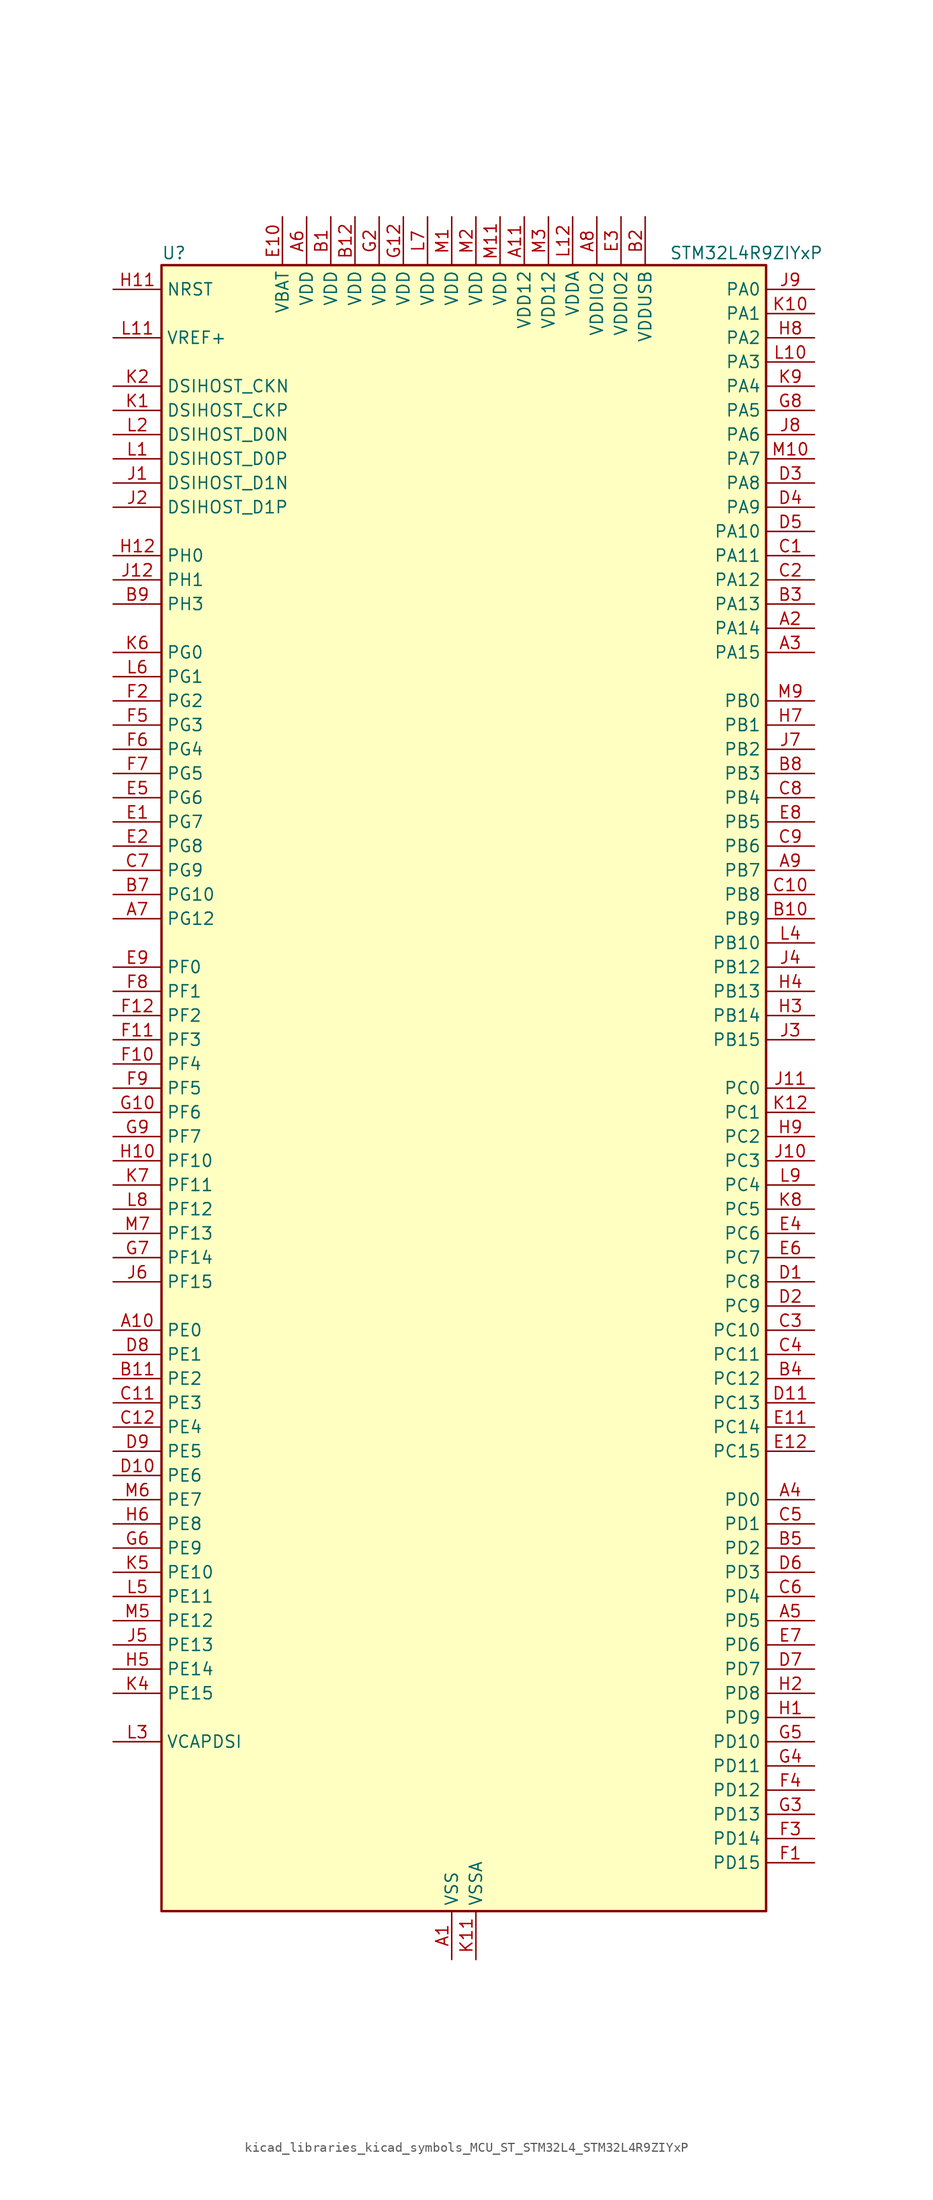
<source format=kicad_sym>
(kicad_symbol_lib
  (version 20220914)
  (generator kicad_symbol_editor)
  (symbol "kicad_libraries_kicad_symbols_MCU_ST_STM32L4_STM32L4R9ZIYxP"
    (property "Reference" "U"
      (at -30.48 87.63 0)
      (effects (font (size 1.27 1.27)) (justify left)))
    (property "Value" "STM32L4R9ZIYxP"
      (at 22.86 87.63 0)
      (effects (font (size 1.27 1.27)) (justify left)))
    (property "ki_locked" ""
      (at 0 0 0)
      (effects (font (size 1.27 1.27))))
    (symbol "kicad_libraries_kicad_symbols_MCU_ST_STM32L4_STM32L4R9ZIYxP_0_1"
      (rectangle (start -30.48 -86.36) (end 33.02 86.36) (stroke (width 0.254) (type default)) (fill (type background))))
    (symbol "kicad_libraries_kicad_symbols_MCU_ST_STM32L4_STM32L4R9ZIYxP_1_1"
      (pin power_in line (at 0 -91.44 90) (length 5.08) (name "VSS" (effects (font (size 1.27 1.27)))) (number "A1" (effects (font (size 1.27 1.27)))))
      (pin bidirectional line (at -35.56 -25.4 0) (length 5.08) (name "PE0" (effects (font (size 1.27 1.27)))) (number "A10" (effects (font (size 1.27 1.27)))) (alternate "DCMI_D2" bidirectional line) (alternate "FMC_NBL0" bidirectional line) (alternate "LTDC_HSYNC" bidirectional line) (alternate "TIM16_CH1" bidirectional line) (alternate "TIM4_ETR" bidirectional line))
      (pin power_in line (at 7.62 91.44 270) (length 5.08) (name "VDD12" (effects (font (size 1.27 1.27)))) (number "A11" (effects (font (size 1.27 1.27)))))
      (pin passive line (at 0 -91.44 90) (length 5.08) hide (name "VSS" (effects (font (size 1.27 1.27)))) (number "A12" (effects (font (size 1.27 1.27)))))
      (pin bidirectional line (at 38.1 48.26 180) (length 5.08) (name "PA14" (effects (font (size 1.27 1.27)))) (number "A2" (effects (font (size 1.27 1.27)))) (alternate "I2C1_SMBA" bidirectional line) (alternate "I2C4_SMBA" bidirectional line) (alternate "LPTIM1_OUT" bidirectional line) (alternate "SAI1_FS_B" bidirectional line) (alternate "SYS_JTCK-SWCLK" bidirectional line) (alternate "USB_OTG_FS_SOF" bidirectional line))
      (pin bidirectional line (at 38.1 45.72 180) (length 5.08) (name "PA15" (effects (font (size 1.27 1.27)))) (number "A3" (effects (font (size 1.27 1.27)))) (alternate "ADC1_EXTI15" bidirectional line) (alternate "SAI2_FS_B" bidirectional line) (alternate "SPI1_NSS" bidirectional line) (alternate "SPI3_NSS" bidirectional line) (alternate "SYS_JTDI" bidirectional line) (alternate "TIM2_CH1" bidirectional line) (alternate "TIM2_ETR" bidirectional line) (alternate "TSC_G3_IO1" bidirectional line) (alternate "UART4_DE" bidirectional line) (alternate "UART4_RTS" bidirectional line) (alternate "USART2_RX" bidirectional line) (alternate "USART3_DE" bidirectional line) (alternate "USART3_RTS" bidirectional line))
      (pin bidirectional line (at 38.1 -43.18 180) (length 5.08) (name "PD0" (effects (font (size 1.27 1.27)))) (number "A4" (effects (font (size 1.27 1.27)))) (alternate "CAN1_RX" bidirectional line) (alternate "DFSDM1_DATIN7" bidirectional line) (alternate "FMC_D2" bidirectional line) (alternate "FMC_DA2" bidirectional line) (alternate "LTDC_B4" bidirectional line) (alternate "SPI2_NSS" bidirectional line))
      (pin bidirectional line (at 38.1 -55.88 180) (length 5.08) (name "PD5" (effects (font (size 1.27 1.27)))) (number "A5" (effects (font (size 1.27 1.27)))) (alternate "FMC_NWE" bidirectional line) (alternate "OCTOSPIM_P1_IO5" bidirectional line) (alternate "USART2_TX" bidirectional line))
      (pin power_in line (at -15.24 91.44 270) (length 5.08) (name "VDD" (effects (font (size 1.27 1.27)))) (number "A6" (effects (font (size 1.27 1.27)))))
      (pin bidirectional line (at -35.56 17.78 0) (length 5.08) (name "PG12" (effects (font (size 1.27 1.27)))) (number "A7" (effects (font (size 1.27 1.27)))) (alternate "FMC_NE4" bidirectional line) (alternate "LPTIM1_ETR" bidirectional line) (alternate "OCTOSPIM_P2_NCS" bidirectional line) (alternate "SAI2_SD_A" bidirectional line) (alternate "SPI3_NSS" bidirectional line) (alternate "USART1_DE" bidirectional line) (alternate "USART1_RTS" bidirectional line))
      (pin power_in line (at 15.24 91.44 270) (length 5.08) (name "VDDIO2" (effects (font (size 1.27 1.27)))) (number "A8" (effects (font (size 1.27 1.27)))))
      (pin bidirectional line (at 38.1 22.86 180) (length 5.08) (name "PB7" (effects (font (size 1.27 1.27)))) (number "A9" (effects (font (size 1.27 1.27)))) (alternate "COMP2_INM" bidirectional line) (alternate "DCMI_VSYNC" bidirectional line) (alternate "DFSDM1_CKIN5" bidirectional line) (alternate "DSIHOST_TE" bidirectional line) (alternate "FMC_NL" bidirectional line) (alternate "I2C1_SDA" bidirectional line) (alternate "I2C4_SDA" bidirectional line) (alternate "LPTIM1_IN2" bidirectional line) (alternate "SYS_PVD_IN" bidirectional line) (alternate "TIM17_CH1N" bidirectional line) (alternate "TIM4_CH2" bidirectional line) (alternate "TIM8_BKIN" bidirectional line) (alternate "TSC_G2_IO4" bidirectional line) (alternate "UART4_CTS" bidirectional line) (alternate "USART1_RX" bidirectional line))
      (pin power_in line (at -12.7 91.44 270) (length 5.08) (name "VDD" (effects (font (size 1.27 1.27)))) (number "B1" (effects (font (size 1.27 1.27)))))
      (pin bidirectional line (at 38.1 17.78 180) (length 5.08) (name "PB9" (effects (font (size 1.27 1.27)))) (number "B10" (effects (font (size 1.27 1.27)))) (alternate "CAN1_TX" bidirectional line) (alternate "DAC1_EXTI9" bidirectional line) (alternate "DCMI_D7" bidirectional line) (alternate "DFSDM1_CKIN6" bidirectional line) (alternate "I2C1_SDA" bidirectional line) (alternate "IR_OUT" bidirectional line) (alternate "SAI1_D2" bidirectional line) (alternate "SAI1_FS_A" bidirectional line) (alternate "SDMMC1_CDIR" bidirectional line) (alternate "SDMMC1_D5" bidirectional line) (alternate "SPI2_NSS" bidirectional line) (alternate "TIM17_CH1" bidirectional line) (alternate "TIM4_CH4" bidirectional line))
      (pin bidirectional line (at -35.56 -30.48 0) (length 5.08) (name "PE2" (effects (font (size 1.27 1.27)))) (number "B11" (effects (font (size 1.27 1.27)))) (alternate "FMC_A23" bidirectional line) (alternate "LTDC_R0" bidirectional line) (alternate "SAI1_CK1" bidirectional line) (alternate "SAI1_MCLK_A" bidirectional line) (alternate "SYS_TRACECLK" bidirectional line) (alternate "TIM3_ETR" bidirectional line) (alternate "TSC_G7_IO1" bidirectional line))
      (pin power_in line (at -10.16 91.44 270) (length 5.08) (name "VDD" (effects (font (size 1.27 1.27)))) (number "B12" (effects (font (size 1.27 1.27)))))
      (pin power_in line (at 20.32 91.44 270) (length 5.08) (name "VDDUSB" (effects (font (size 1.27 1.27)))) (number "B2" (effects (font (size 1.27 1.27)))))
      (pin bidirectional line (at 38.1 50.8 180) (length 5.08) (name "PA13" (effects (font (size 1.27 1.27)))) (number "B3" (effects (font (size 1.27 1.27)))) (alternate "IR_OUT" bidirectional line) (alternate "SAI1_SD_B" bidirectional line) (alternate "SYS_JTMS-SWDIO" bidirectional line) (alternate "USB_OTG_FS_NOE" bidirectional line))
      (pin bidirectional line (at 38.1 -30.48 180) (length 5.08) (name "PC12" (effects (font (size 1.27 1.27)))) (number "B4" (effects (font (size 1.27 1.27)))) (alternate "DCMI_D9" bidirectional line) (alternate "SAI2_SD_B" bidirectional line) (alternate "SDMMC1_CK" bidirectional line) (alternate "SPI3_MOSI" bidirectional line) (alternate "SYS_TRACED3" bidirectional line) (alternate "TSC_G3_IO4" bidirectional line) (alternate "UART5_TX" bidirectional line) (alternate "USART3_CK" bidirectional line))
      (pin bidirectional line (at 38.1 -48.26 180) (length 5.08) (name "PD2" (effects (font (size 1.27 1.27)))) (number "B5" (effects (font (size 1.27 1.27)))) (alternate "DCMI_D11" bidirectional line) (alternate "SDMMC1_CMD" bidirectional line) (alternate "SYS_TRACED2" bidirectional line) (alternate "TIM3_ETR" bidirectional line) (alternate "TSC_SYNC" bidirectional line) (alternate "UART5_RX" bidirectional line) (alternate "USART3_DE" bidirectional line) (alternate "USART3_RTS" bidirectional line))
      (pin passive line (at 0 -91.44 90) (length 5.08) hide (name "VSS" (effects (font (size 1.27 1.27)))) (number "B6" (effects (font (size 1.27 1.27)))))
      (pin bidirectional line (at -35.56 20.32 0) (length 5.08) (name "PG10" (effects (font (size 1.27 1.27)))) (number "B7" (effects (font (size 1.27 1.27)))) (alternate "FMC_NE3" bidirectional line) (alternate "LPTIM1_IN1" bidirectional line) (alternate "OCTOSPIM_P2_IO7" bidirectional line) (alternate "SAI2_FS_A" bidirectional line) (alternate "SPI3_MISO" bidirectional line) (alternate "TIM15_CH1" bidirectional line) (alternate "USART1_RX" bidirectional line))
      (pin bidirectional line (at 38.1 33.02 180) (length 5.08) (name "PB3" (effects (font (size 1.27 1.27)))) (number "B8" (effects (font (size 1.27 1.27)))) (alternate "COMP2_INM" bidirectional line) (alternate "CRS_SYNC" bidirectional line) (alternate "SAI1_SCK_B" bidirectional line) (alternate "SPI1_SCK" bidirectional line) (alternate "SPI3_SCK" bidirectional line) (alternate "SYS_JTDO-SWO" bidirectional line) (alternate "TIM2_CH2" bidirectional line) (alternate "USART1_DE" bidirectional line) (alternate "USART1_RTS" bidirectional line))
      (pin bidirectional line (at -35.56 50.8 0) (length 5.08) (name "PH3" (effects (font (size 1.27 1.27)))) (number "B9" (effects (font (size 1.27 1.27)))))
      (pin bidirectional line (at 38.1 55.88 180) (length 5.08) (name "PA11" (effects (font (size 1.27 1.27)))) (number "C1" (effects (font (size 1.27 1.27)))) (alternate "ADC1_EXTI11" bidirectional line) (alternate "CAN1_RX" bidirectional line) (alternate "SPI1_MISO" bidirectional line) (alternate "TIM1_BKIN2" bidirectional line) (alternate "TIM1_CH4" bidirectional line) (alternate "USART1_CTS" bidirectional line) (alternate "USART1_NSS" bidirectional line) (alternate "USB_OTG_FS_DM" bidirectional line))
      (pin bidirectional line (at 38.1 20.32 180) (length 5.08) (name "PB8" (effects (font (size 1.27 1.27)))) (number "C10" (effects (font (size 1.27 1.27)))) (alternate "CAN1_RX" bidirectional line) (alternate "DCMI_D6" bidirectional line) (alternate "DFSDM1_CKOUT" bidirectional line) (alternate "DFSDM1_DATIN6" bidirectional line) (alternate "I2C1_SCL" bidirectional line) (alternate "LTDC_B1" bidirectional line) (alternate "SAI1_CK1" bidirectional line) (alternate "SAI1_MCLK_A" bidirectional line) (alternate "SDMMC1_CKIN" bidirectional line) (alternate "SDMMC1_D4" bidirectional line) (alternate "TIM16_CH1" bidirectional line) (alternate "TIM4_CH3" bidirectional line))
      (pin bidirectional line (at -35.56 -33.02 0) (length 5.08) (name "PE3" (effects (font (size 1.27 1.27)))) (number "C11" (effects (font (size 1.27 1.27)))) (alternate "FMC_A19" bidirectional line) (alternate "LTDC_R1" bidirectional line) (alternate "OCTOSPIM_P1_DQS" bidirectional line) (alternate "SAI1_SD_B" bidirectional line) (alternate "SYS_TRACED0" bidirectional line) (alternate "TIM3_CH1" bidirectional line) (alternate "TSC_G7_IO2" bidirectional line))
      (pin bidirectional line (at -35.56 -35.56 0) (length 5.08) (name "PE4" (effects (font (size 1.27 1.27)))) (number "C12" (effects (font (size 1.27 1.27)))) (alternate "DCMI_D4" bidirectional line) (alternate "DFSDM1_DATIN3" bidirectional line) (alternate "FMC_A20" bidirectional line) (alternate "LTDC_B0" bidirectional line) (alternate "SAI1_D2" bidirectional line) (alternate "SAI1_FS_A" bidirectional line) (alternate "SYS_TRACED1" bidirectional line) (alternate "TIM3_CH2" bidirectional line) (alternate "TSC_G7_IO3" bidirectional line))
      (pin bidirectional line (at 38.1 53.34 180) (length 5.08) (name "PA12" (effects (font (size 1.27 1.27)))) (number "C2" (effects (font (size 1.27 1.27)))) (alternate "CAN1_TX" bidirectional line) (alternate "SPI1_MOSI" bidirectional line) (alternate "TIM1_ETR" bidirectional line) (alternate "USART1_DE" bidirectional line) (alternate "USART1_RTS" bidirectional line) (alternate "USB_OTG_FS_DP" bidirectional line))
      (pin bidirectional line (at 38.1 -25.4 180) (length 5.08) (name "PC10" (effects (font (size 1.27 1.27)))) (number "C3" (effects (font (size 1.27 1.27)))) (alternate "DCMI_D8" bidirectional line) (alternate "SAI2_SCK_B" bidirectional line) (alternate "SDMMC1_D2" bidirectional line) (alternate "SPI3_SCK" bidirectional line) (alternate "SYS_TRACED1" bidirectional line) (alternate "TSC_G3_IO2" bidirectional line) (alternate "UART4_TX" bidirectional line) (alternate "USART3_TX" bidirectional line))
      (pin bidirectional line (at 38.1 -27.94 180) (length 5.08) (name "PC11" (effects (font (size 1.27 1.27)))) (number "C4" (effects (font (size 1.27 1.27)))) (alternate "ADC1_EXTI11" bidirectional line) (alternate "DCMI_D2" bidirectional line) (alternate "DCMI_D4" bidirectional line) (alternate "OCTOSPIM_P1_NCS" bidirectional line) (alternate "SAI2_MCLK_B" bidirectional line) (alternate "SDMMC1_D3" bidirectional line) (alternate "SPI3_MISO" bidirectional line) (alternate "TSC_G3_IO3" bidirectional line) (alternate "UART4_RX" bidirectional line) (alternate "USART3_RX" bidirectional line))
      (pin bidirectional line (at 38.1 -45.72 180) (length 5.08) (name "PD1" (effects (font (size 1.27 1.27)))) (number "C5" (effects (font (size 1.27 1.27)))) (alternate "CAN1_TX" bidirectional line) (alternate "DFSDM1_CKIN7" bidirectional line) (alternate "FMC_D3" bidirectional line) (alternate "FMC_DA3" bidirectional line) (alternate "LTDC_B5" bidirectional line) (alternate "SPI2_SCK" bidirectional line))
      (pin bidirectional line (at 38.1 -53.34 180) (length 5.08) (name "PD4" (effects (font (size 1.27 1.27)))) (number "C6" (effects (font (size 1.27 1.27)))) (alternate "DFSDM1_CKIN0" bidirectional line) (alternate "FMC_NOE" bidirectional line) (alternate "OCTOSPIM_P1_IO4" bidirectional line) (alternate "SPI2_MOSI" bidirectional line) (alternate "USART2_DE" bidirectional line) (alternate "USART2_RTS" bidirectional line))
      (pin bidirectional line (at -35.56 22.86 0) (length 5.08) (name "PG9" (effects (font (size 1.27 1.27)))) (number "C7" (effects (font (size 1.27 1.27)))) (alternate "DAC1_EXTI9" bidirectional line) (alternate "FMC_NCE" bidirectional line) (alternate "FMC_NE2" bidirectional line) (alternate "OCTOSPIM_P2_IO6" bidirectional line) (alternate "SAI2_SCK_A" bidirectional line) (alternate "SPI3_SCK" bidirectional line) (alternate "TIM15_CH1N" bidirectional line) (alternate "USART1_TX" bidirectional line))
      (pin bidirectional line (at 38.1 30.48 180) (length 5.08) (name "PB4" (effects (font (size 1.27 1.27)))) (number "C8" (effects (font (size 1.27 1.27)))) (alternate "COMP2_INP" bidirectional line) (alternate "DCMI_D12" bidirectional line) (alternate "I2C3_SDA" bidirectional line) (alternate "SAI1_MCLK_B" bidirectional line) (alternate "SPI1_MISO" bidirectional line) (alternate "SPI3_MISO" bidirectional line) (alternate "SYS_JTRST" bidirectional line) (alternate "TIM17_BKIN" bidirectional line) (alternate "TIM3_CH1" bidirectional line) (alternate "TSC_G2_IO1" bidirectional line) (alternate "UART5_DE" bidirectional line) (alternate "UART5_RTS" bidirectional line) (alternate "USART1_CTS" bidirectional line) (alternate "USART1_NSS" bidirectional line))
      (pin bidirectional line (at 38.1 25.4 180) (length 5.08) (name "PB6" (effects (font (size 1.27 1.27)))) (number "C9" (effects (font (size 1.27 1.27)))) (alternate "COMP2_INP" bidirectional line) (alternate "DCMI_D5" bidirectional line) (alternate "DFSDM1_DATIN5" bidirectional line) (alternate "I2C1_SCL" bidirectional line) (alternate "I2C4_SCL" bidirectional line) (alternate "LPTIM1_ETR" bidirectional line) (alternate "SAI1_FS_B" bidirectional line) (alternate "TIM16_CH1N" bidirectional line) (alternate "TIM4_CH1" bidirectional line) (alternate "TIM8_BKIN2" bidirectional line) (alternate "TSC_G2_IO3" bidirectional line) (alternate "USART1_TX" bidirectional line))
      (pin bidirectional line (at 38.1 -20.32 180) (length 5.08) (name "PC8" (effects (font (size 1.27 1.27)))) (number "D1" (effects (font (size 1.27 1.27)))) (alternate "DCMI_D2" bidirectional line) (alternate "SDMMC1_D0" bidirectional line) (alternate "TIM3_CH3" bidirectional line) (alternate "TIM8_CH3" bidirectional line) (alternate "TSC_G4_IO3" bidirectional line))
      (pin bidirectional line (at -35.56 -40.64 0) (length 5.08) (name "PE6" (effects (font (size 1.27 1.27)))) (number "D10" (effects (font (size 1.27 1.27)))) (alternate "DCMI_D7" bidirectional line) (alternate "FMC_A22" bidirectional line) (alternate "LTDC_G1" bidirectional line) (alternate "RTC_TAMP3" bidirectional line) (alternate "SAI1_D1" bidirectional line) (alternate "SAI1_SD_A" bidirectional line) (alternate "SYS_TRACED3" bidirectional line) (alternate "SYS_WKUP3" bidirectional line) (alternate "TIM3_CH4" bidirectional line))
      (pin bidirectional line (at 38.1 -33.02 180) (length 5.08) (name "PC13" (effects (font (size 1.27 1.27)))) (number "D11" (effects (font (size 1.27 1.27)))) (alternate "RTC_OUT_ALARM" bidirectional line) (alternate "RTC_OUT_CALIB" bidirectional line) (alternate "RTC_TAMP1" bidirectional line) (alternate "RTC_TS" bidirectional line) (alternate "SYS_WKUP2" bidirectional line))
      (pin passive line (at 0 -91.44 90) (length 5.08) hide (name "VSS" (effects (font (size 1.27 1.27)))) (number "D12" (effects (font (size 1.27 1.27)))))
      (pin bidirectional line (at 38.1 -22.86 180) (length 5.08) (name "PC9" (effects (font (size 1.27 1.27)))) (number "D2" (effects (font (size 1.27 1.27)))) (alternate "DAC1_EXTI9" bidirectional line) (alternate "DCMI_D3" bidirectional line) (alternate "I2C3_SDA" bidirectional line) (alternate "SAI2_EXTCLK" bidirectional line) (alternate "SDMMC1_D1" bidirectional line) (alternate "SYS_TRACED0" bidirectional line) (alternate "TIM3_CH4" bidirectional line) (alternate "TIM8_BKIN2" bidirectional line) (alternate "TIM8_CH4" bidirectional line) (alternate "TSC_G4_IO4" bidirectional line) (alternate "USB_OTG_FS_NOE" bidirectional line))
      (pin bidirectional line (at 38.1 63.5 180) (length 5.08) (name "PA8" (effects (font (size 1.27 1.27)))) (number "D3" (effects (font (size 1.27 1.27)))) (alternate "LPTIM2_OUT" bidirectional line) (alternate "RCC_MCO" bidirectional line) (alternate "SAI1_CK2" bidirectional line) (alternate "SAI1_SCK_A" bidirectional line) (alternate "TIM1_CH1" bidirectional line) (alternate "USART1_CK" bidirectional line) (alternate "USB_OTG_FS_SOF" bidirectional line))
      (pin bidirectional line (at 38.1 60.96 180) (length 5.08) (name "PA9" (effects (font (size 1.27 1.27)))) (number "D4" (effects (font (size 1.27 1.27)))) (alternate "DAC1_EXTI9" bidirectional line) (alternate "DCMI_D0" bidirectional line) (alternate "SAI1_FS_A" bidirectional line) (alternate "SPI2_SCK" bidirectional line) (alternate "TIM15_BKIN" bidirectional line) (alternate "TIM1_CH2" bidirectional line) (alternate "USART1_TX" bidirectional line) (alternate "USB_OTG_FS_VBUS" bidirectional line))
      (pin bidirectional line (at 38.1 58.42 180) (length 5.08) (name "PA10" (effects (font (size 1.27 1.27)))) (number "D5" (effects (font (size 1.27 1.27)))) (alternate "DCMI_D1" bidirectional line) (alternate "SAI1_D1" bidirectional line) (alternate "SAI1_SD_A" bidirectional line) (alternate "TIM17_BKIN" bidirectional line) (alternate "TIM1_CH3" bidirectional line) (alternate "USART1_RX" bidirectional line) (alternate "USB_OTG_FS_ID" bidirectional line))
      (pin bidirectional line (at 38.1 -50.8 180) (length 5.08) (name "PD3" (effects (font (size 1.27 1.27)))) (number "D6" (effects (font (size 1.27 1.27)))) (alternate "DCMI_D5" bidirectional line) (alternate "DFSDM1_DATIN0" bidirectional line) (alternate "FMC_CLK" bidirectional line) (alternate "LTDC_CLK" bidirectional line) (alternate "OCTOSPIM_P2_NCS" bidirectional line) (alternate "SPI2_MISO" bidirectional line) (alternate "SPI2_SCK" bidirectional line) (alternate "USART2_CTS" bidirectional line) (alternate "USART2_NSS" bidirectional line))
      (pin bidirectional line (at 38.1 -60.96 180) (length 5.08) (name "PD7" (effects (font (size 1.27 1.27)))) (number "D7" (effects (font (size 1.27 1.27)))) (alternate "DFSDM1_CKIN1" bidirectional line) (alternate "FMC_NCE" bidirectional line) (alternate "FMC_NE1" bidirectional line) (alternate "OCTOSPIM_P1_IO7" bidirectional line) (alternate "USART2_CK" bidirectional line))
      (pin bidirectional line (at -35.56 -27.94 0) (length 5.08) (name "PE1" (effects (font (size 1.27 1.27)))) (number "D8" (effects (font (size 1.27 1.27)))) (alternate "DCMI_D3" bidirectional line) (alternate "FMC_NBL1" bidirectional line) (alternate "LTDC_VSYNC" bidirectional line) (alternate "TIM17_CH1" bidirectional line))
      (pin bidirectional line (at -35.56 -38.1 0) (length 5.08) (name "PE5" (effects (font (size 1.27 1.27)))) (number "D9" (effects (font (size 1.27 1.27)))) (alternate "DCMI_D6" bidirectional line) (alternate "DFSDM1_CKIN3" bidirectional line) (alternate "FMC_A21" bidirectional line) (alternate "LTDC_G0" bidirectional line) (alternate "SAI1_CK2" bidirectional line) (alternate "SAI1_SCK_A" bidirectional line) (alternate "SYS_TRACED2" bidirectional line) (alternate "TIM3_CH3" bidirectional line) (alternate "TSC_G7_IO4" bidirectional line))
      (pin bidirectional line (at -35.56 27.94 0) (length 5.08) (name "PG7" (effects (font (size 1.27 1.27)))) (number "E1" (effects (font (size 1.27 1.27)))) (alternate "DFSDM1_CKOUT" bidirectional line) (alternate "FMC_INT" bidirectional line) (alternate "I2C3_SCL" bidirectional line) (alternate "LPUART1_TX" bidirectional line) (alternate "OCTOSPIM_P2_DQS" bidirectional line) (alternate "SAI1_CK1" bidirectional line) (alternate "SAI1_MCLK_A" bidirectional line))
      (pin power_in line (at -17.78 91.44 270) (length 5.08) (name "VBAT" (effects (font (size 1.27 1.27)))) (number "E10" (effects (font (size 1.27 1.27)))))
      (pin bidirectional line (at 38.1 -35.56 180) (length 5.08) (name "PC14" (effects (font (size 1.27 1.27)))) (number "E11" (effects (font (size 1.27 1.27)))) (alternate "RCC_OSC32_IN" bidirectional line))
      (pin bidirectional line (at 38.1 -38.1 180) (length 5.08) (name "PC15" (effects (font (size 1.27 1.27)))) (number "E12" (effects (font (size 1.27 1.27)))) (alternate "ADC1_EXTI15" bidirectional line) (alternate "RCC_OSC32_OUT" bidirectional line))
      (pin bidirectional line (at -35.56 25.4 0) (length 5.08) (name "PG8" (effects (font (size 1.27 1.27)))) (number "E2" (effects (font (size 1.27 1.27)))) (alternate "I2C3_SDA" bidirectional line) (alternate "LPUART1_RX" bidirectional line))
      (pin power_in line (at 17.78 91.44 270) (length 5.08) (name "VDDIO2" (effects (font (size 1.27 1.27)))) (number "E3" (effects (font (size 1.27 1.27)))))
      (pin bidirectional line (at 38.1 -15.24 180) (length 5.08) (name "PC6" (effects (font (size 1.27 1.27)))) (number "E4" (effects (font (size 1.27 1.27)))) (alternate "DCMI_D0" bidirectional line) (alternate "DFSDM1_CKIN3" bidirectional line) (alternate "LTDC_R0" bidirectional line) (alternate "SAI2_MCLK_A" bidirectional line) (alternate "SDMMC1_D0DIR" bidirectional line) (alternate "SDMMC1_D6" bidirectional line) (alternate "TIM3_CH1" bidirectional line) (alternate "TIM8_CH1" bidirectional line) (alternate "TSC_G4_IO1" bidirectional line))
      (pin bidirectional line (at -35.56 30.48 0) (length 5.08) (name "PG6" (effects (font (size 1.27 1.27)))) (number "E5" (effects (font (size 1.27 1.27)))) (alternate "DSIHOST_TE" bidirectional line) (alternate "I2C3_SMBA" bidirectional line) (alternate "LPUART1_DE" bidirectional line) (alternate "LPUART1_RTS" bidirectional line) (alternate "LTDC_R1" bidirectional line) (alternate "OCTOSPIM_P1_DQS" bidirectional line))
      (pin bidirectional line (at 38.1 -17.78 180) (length 5.08) (name "PC7" (effects (font (size 1.27 1.27)))) (number "E6" (effects (font (size 1.27 1.27)))) (alternate "DCMI_D1" bidirectional line) (alternate "DFSDM1_DATIN3" bidirectional line) (alternate "LTDC_R1" bidirectional line) (alternate "SAI2_MCLK_B" bidirectional line) (alternate "SDMMC1_D123DIR" bidirectional line) (alternate "SDMMC1_D7" bidirectional line) (alternate "TIM3_CH2" bidirectional line) (alternate "TIM8_CH2" bidirectional line) (alternate "TSC_G4_IO2" bidirectional line))
      (pin bidirectional line (at 38.1 -58.42 180) (length 5.08) (name "PD6" (effects (font (size 1.27 1.27)))) (number "E7" (effects (font (size 1.27 1.27)))) (alternate "DCMI_D10" bidirectional line) (alternate "DFSDM1_DATIN1" bidirectional line) (alternate "FMC_NWAIT" bidirectional line) (alternate "LTDC_DE" bidirectional line) (alternate "OCTOSPIM_P1_IO6" bidirectional line) (alternate "SAI1_D1" bidirectional line) (alternate "SAI1_SD_A" bidirectional line) (alternate "SPI3_MOSI" bidirectional line) (alternate "USART2_RX" bidirectional line))
      (pin bidirectional line (at 38.1 27.94 180) (length 5.08) (name "PB5" (effects (font (size 1.27 1.27)))) (number "E8" (effects (font (size 1.27 1.27)))) (alternate "COMP2_OUT" bidirectional line) (alternate "DCMI_D10" bidirectional line) (alternate "I2C1_SMBA" bidirectional line) (alternate "LPTIM1_IN1" bidirectional line) (alternate "SAI1_SD_B" bidirectional line) (alternate "SPI1_MOSI" bidirectional line) (alternate "SPI3_MOSI" bidirectional line) (alternate "TIM16_BKIN" bidirectional line) (alternate "TIM3_CH2" bidirectional line) (alternate "TSC_G2_IO2" bidirectional line) (alternate "UART5_CTS" bidirectional line) (alternate "USART1_CK" bidirectional line))
      (pin bidirectional line (at -35.56 12.7 0) (length 5.08) (name "PF0" (effects (font (size 1.27 1.27)))) (number "E9" (effects (font (size 1.27 1.27)))) (alternate "FMC_A0" bidirectional line) (alternate "I2C2_SDA" bidirectional line) (alternate "OCTOSPIM_P2_IO0" bidirectional line))
      (pin bidirectional line (at 38.1 -81.28 180) (length 5.08) (name "PD15" (effects (font (size 1.27 1.27)))) (number "F1" (effects (font (size 1.27 1.27)))) (alternate "ADC1_EXTI15" bidirectional line) (alternate "FMC_D1" bidirectional line) (alternate "FMC_DA1" bidirectional line) (alternate "LTDC_B3" bidirectional line) (alternate "TIM4_CH4" bidirectional line))
      (pin bidirectional line (at -35.56 2.54 0) (length 5.08) (name "PF4" (effects (font (size 1.27 1.27)))) (number "F10" (effects (font (size 1.27 1.27)))) (alternate "FMC_A4" bidirectional line) (alternate "OCTOSPIM_P2_CLK" bidirectional line))
      (pin bidirectional line (at -35.56 5.08 0) (length 5.08) (name "PF3" (effects (font (size 1.27 1.27)))) (number "F11" (effects (font (size 1.27 1.27)))) (alternate "FMC_A3" bidirectional line) (alternate "OCTOSPIM_P2_IO3" bidirectional line))
      (pin bidirectional line (at -35.56 7.62 0) (length 5.08) (name "PF2" (effects (font (size 1.27 1.27)))) (number "F12" (effects (font (size 1.27 1.27)))) (alternate "FMC_A2" bidirectional line) (alternate "I2C2_SMBA" bidirectional line) (alternate "OCTOSPIM_P2_IO2" bidirectional line))
      (pin bidirectional line (at -35.56 40.64 0) (length 5.08) (name "PG2" (effects (font (size 1.27 1.27)))) (number "F2" (effects (font (size 1.27 1.27)))) (alternate "FMC_A12" bidirectional line) (alternate "SAI2_SCK_B" bidirectional line) (alternate "SPI1_SCK" bidirectional line))
      (pin bidirectional line (at 38.1 -78.74 180) (length 5.08) (name "PD14" (effects (font (size 1.27 1.27)))) (number "F3" (effects (font (size 1.27 1.27)))) (alternate "FMC_D0" bidirectional line) (alternate "FMC_DA0" bidirectional line) (alternate "LTDC_B2" bidirectional line) (alternate "TIM4_CH3" bidirectional line))
      (pin bidirectional line (at 38.1 -73.66 180) (length 5.08) (name "PD12" (effects (font (size 1.27 1.27)))) (number "F4" (effects (font (size 1.27 1.27)))) (alternate "FMC_A17" bidirectional line) (alternate "FMC_ALE" bidirectional line) (alternate "I2C4_SCL" bidirectional line) (alternate "LPTIM2_IN1" bidirectional line) (alternate "LTDC_R7" bidirectional line) (alternate "SAI2_FS_A" bidirectional line) (alternate "TIM4_CH1" bidirectional line) (alternate "TSC_G6_IO3" bidirectional line) (alternate "USART3_DE" bidirectional line) (alternate "USART3_RTS" bidirectional line))
      (pin bidirectional line (at -35.56 38.1 0) (length 5.08) (name "PG3" (effects (font (size 1.27 1.27)))) (number "F5" (effects (font (size 1.27 1.27)))) (alternate "FMC_A13" bidirectional line) (alternate "SAI2_FS_B" bidirectional line) (alternate "SPI1_MISO" bidirectional line))
      (pin bidirectional line (at -35.56 35.56 0) (length 5.08) (name "PG4" (effects (font (size 1.27 1.27)))) (number "F6" (effects (font (size 1.27 1.27)))) (alternate "FMC_A14" bidirectional line) (alternate "SAI2_MCLK_B" bidirectional line) (alternate "SPI1_MOSI" bidirectional line))
      (pin bidirectional line (at -35.56 33.02 0) (length 5.08) (name "PG5" (effects (font (size 1.27 1.27)))) (number "F7" (effects (font (size 1.27 1.27)))) (alternate "FMC_A15" bidirectional line) (alternate "LPUART1_CTS" bidirectional line) (alternate "SAI2_SD_B" bidirectional line) (alternate "SPI1_NSS" bidirectional line))
      (pin bidirectional line (at -35.56 10.16 0) (length 5.08) (name "PF1" (effects (font (size 1.27 1.27)))) (number "F8" (effects (font (size 1.27 1.27)))) (alternate "FMC_A1" bidirectional line) (alternate "I2C2_SCL" bidirectional line) (alternate "OCTOSPIM_P2_IO1" bidirectional line))
      (pin bidirectional line (at -35.56 0 0) (length 5.08) (name "PF5" (effects (font (size 1.27 1.27)))) (number "F9" (effects (font (size 1.27 1.27)))) (alternate "FMC_A5" bidirectional line))
      (pin passive line (at 0 -91.44 90) (length 5.08) hide (name "VSS" (effects (font (size 1.27 1.27)))) (number "G1" (effects (font (size 1.27 1.27)))))
      (pin bidirectional line (at -35.56 -2.54 0) (length 5.08) (name "PF6" (effects (font (size 1.27 1.27)))) (number "G10" (effects (font (size 1.27 1.27)))) (alternate "OCTOSPIM_P1_IO3" bidirectional line) (alternate "SAI1_SD_B" bidirectional line) (alternate "TIM5_CH1" bidirectional line) (alternate "TIM5_ETR" bidirectional line))
      (pin passive line (at 0 -91.44 90) (length 5.08) hide (name "VSS" (effects (font (size 1.27 1.27)))) (number "G11" (effects (font (size 1.27 1.27)))))
      (pin power_in line (at -5.08 91.44 270) (length 5.08) (name "VDD" (effects (font (size 1.27 1.27)))) (number "G12" (effects (font (size 1.27 1.27)))))
      (pin power_in line (at -7.62 91.44 270) (length 5.08) (name "VDD" (effects (font (size 1.27 1.27)))) (number "G2" (effects (font (size 1.27 1.27)))))
      (pin bidirectional line (at 38.1 -76.2 180) (length 5.08) (name "PD13" (effects (font (size 1.27 1.27)))) (number "G3" (effects (font (size 1.27 1.27)))) (alternate "FMC_A18" bidirectional line) (alternate "I2C4_SDA" bidirectional line) (alternate "LPTIM2_OUT" bidirectional line) (alternate "TIM4_CH2" bidirectional line) (alternate "TSC_G6_IO4" bidirectional line))
      (pin bidirectional line (at 38.1 -71.12 180) (length 5.08) (name "PD11" (effects (font (size 1.27 1.27)))) (number "G4" (effects (font (size 1.27 1.27)))) (alternate "ADC1_EXTI11" bidirectional line) (alternate "FMC_A16" bidirectional line) (alternate "FMC_CLE" bidirectional line) (alternate "I2C4_SMBA" bidirectional line) (alternate "LPTIM2_ETR" bidirectional line) (alternate "LTDC_R6" bidirectional line) (alternate "SAI2_SD_A" bidirectional line) (alternate "TSC_G6_IO2" bidirectional line) (alternate "USART3_CTS" bidirectional line) (alternate "USART3_NSS" bidirectional line))
      (pin bidirectional line (at 38.1 -68.58 180) (length 5.08) (name "PD10" (effects (font (size 1.27 1.27)))) (number "G5" (effects (font (size 1.27 1.27)))) (alternate "FMC_D15" bidirectional line) (alternate "FMC_DA15" bidirectional line) (alternate "LTDC_R5" bidirectional line) (alternate "SAI2_SCK_A" bidirectional line) (alternate "TSC_G6_IO1" bidirectional line) (alternate "USART3_CK" bidirectional line))
      (pin bidirectional line (at -35.56 -48.26 0) (length 5.08) (name "PE9" (effects (font (size 1.27 1.27)))) (number "G6" (effects (font (size 1.27 1.27)))) (alternate "DAC1_EXTI9" bidirectional line) (alternate "DFSDM1_CKOUT" bidirectional line) (alternate "FMC_D6" bidirectional line) (alternate "FMC_DA6" bidirectional line) (alternate "LTDC_G2" bidirectional line) (alternate "SAI1_FS_B" bidirectional line) (alternate "TIM1_CH1" bidirectional line))
      (pin bidirectional line (at -35.56 -17.78 0) (length 5.08) (name "PF14" (effects (font (size 1.27 1.27)))) (number "G7" (effects (font (size 1.27 1.27)))) (alternate "DFSDM1_CKIN6" bidirectional line) (alternate "FMC_A8" bidirectional line) (alternate "I2C4_SCL" bidirectional line) (alternate "LTDC_G0" bidirectional line) (alternate "TSC_G8_IO1" bidirectional line))
      (pin bidirectional line (at 38.1 71.12 180) (length 5.08) (name "PA5" (effects (font (size 1.27 1.27)))) (number "G8" (effects (font (size 1.27 1.27)))) (alternate "ADC1_IN10" bidirectional line) (alternate "DAC1_OUT2" bidirectional line) (alternate "LPTIM2_ETR" bidirectional line) (alternate "SPI1_SCK" bidirectional line) (alternate "TIM2_CH1" bidirectional line) (alternate "TIM2_ETR" bidirectional line) (alternate "TIM8_CH1N" bidirectional line))
      (pin bidirectional line (at -35.56 -5.08 0) (length 5.08) (name "PF7" (effects (font (size 1.27 1.27)))) (number "G9" (effects (font (size 1.27 1.27)))) (alternate "OCTOSPIM_P1_IO2" bidirectional line) (alternate "SAI1_MCLK_B" bidirectional line) (alternate "TIM5_CH2" bidirectional line))
      (pin bidirectional line (at 38.1 -66.04 180) (length 5.08) (name "PD9" (effects (font (size 1.27 1.27)))) (number "H1" (effects (font (size 1.27 1.27)))) (alternate "DAC1_EXTI9" bidirectional line) (alternate "DCMI_PIXCLK" bidirectional line) (alternate "FMC_D14" bidirectional line) (alternate "FMC_DA14" bidirectional line) (alternate "LTDC_R4" bidirectional line) (alternate "SAI2_MCLK_A" bidirectional line) (alternate "USART3_RX" bidirectional line))
      (pin bidirectional line (at -35.56 -7.62 0) (length 5.08) (name "PF10" (effects (font (size 1.27 1.27)))) (number "H10" (effects (font (size 1.27 1.27)))) (alternate "DCMI_D11" bidirectional line) (alternate "DFSDM1_CKOUT" bidirectional line) (alternate "OCTOSPIM_P1_CLK" bidirectional line) (alternate "SAI1_D3" bidirectional line) (alternate "TIM15_CH2" bidirectional line))
      (pin input line (at -35.56 83.82 0) (length 5.08) (name "NRST" (effects (font (size 1.27 1.27)))) (number "H11" (effects (font (size 1.27 1.27)))))
      (pin bidirectional line (at -35.56 55.88 0) (length 5.08) (name "PH0" (effects (font (size 1.27 1.27)))) (number "H12" (effects (font (size 1.27 1.27)))) (alternate "RCC_OSC_IN" bidirectional line))
      (pin bidirectional line (at 38.1 -63.5 180) (length 5.08) (name "PD8" (effects (font (size 1.27 1.27)))) (number "H2" (effects (font (size 1.27 1.27)))) (alternate "DCMI_HSYNC" bidirectional line) (alternate "FMC_D13" bidirectional line) (alternate "FMC_DA13" bidirectional line) (alternate "LTDC_R3" bidirectional line) (alternate "USART3_TX" bidirectional line))
      (pin bidirectional line (at 38.1 7.62 180) (length 5.08) (name "PB14" (effects (font (size 1.27 1.27)))) (number "H3" (effects (font (size 1.27 1.27)))) (alternate "DFSDM1_DATIN2" bidirectional line) (alternate "I2C2_SDA" bidirectional line) (alternate "SAI2_MCLK_A" bidirectional line) (alternate "SPI2_MISO" bidirectional line) (alternate "TIM15_CH1" bidirectional line) (alternate "TIM1_CH2N" bidirectional line) (alternate "TIM8_CH2N" bidirectional line) (alternate "TSC_G1_IO3" bidirectional line) (alternate "USART3_DE" bidirectional line) (alternate "USART3_RTS" bidirectional line))
      (pin bidirectional line (at 38.1 10.16 180) (length 5.08) (name "PB13" (effects (font (size 1.27 1.27)))) (number "H4" (effects (font (size 1.27 1.27)))) (alternate "DFSDM1_CKIN1" bidirectional line) (alternate "I2C2_SCL" bidirectional line) (alternate "LPUART1_CTS" bidirectional line) (alternate "SAI2_SCK_A" bidirectional line) (alternate "SPI2_SCK" bidirectional line) (alternate "TIM15_CH1N" bidirectional line) (alternate "TIM1_CH1N" bidirectional line) (alternate "TSC_G1_IO2" bidirectional line) (alternate "USART3_CTS" bidirectional line) (alternate "USART3_NSS" bidirectional line))
      (pin bidirectional line (at -35.56 -60.96 0) (length 5.08) (name "PE14" (effects (font (size 1.27 1.27)))) (number "H5" (effects (font (size 1.27 1.27)))) (alternate "FMC_D11" bidirectional line) (alternate "FMC_DA11" bidirectional line) (alternate "LTDC_G7" bidirectional line) (alternate "OCTOSPIM_P1_IO2" bidirectional line) (alternate "SPI1_MISO" bidirectional line) (alternate "TIM1_BKIN2" bidirectional line) (alternate "TIM1_CH4" bidirectional line))
      (pin bidirectional line (at -35.56 -45.72 0) (length 5.08) (name "PE8" (effects (font (size 1.27 1.27)))) (number "H6" (effects (font (size 1.27 1.27)))) (alternate "DFSDM1_CKIN2" bidirectional line) (alternate "FMC_D5" bidirectional line) (alternate "FMC_DA5" bidirectional line) (alternate "LTDC_B7" bidirectional line) (alternate "SAI1_SCK_B" bidirectional line) (alternate "TIM1_CH1N" bidirectional line))
      (pin bidirectional line (at 38.1 38.1 180) (length 5.08) (name "PB1" (effects (font (size 1.27 1.27)))) (number "H7" (effects (font (size 1.27 1.27)))) (alternate "ADC1_IN16" bidirectional line) (alternate "COMP1_INM" bidirectional line) (alternate "DFSDM1_DATIN0" bidirectional line) (alternate "LPTIM2_IN1" bidirectional line) (alternate "LPUART1_DE" bidirectional line) (alternate "LPUART1_RTS" bidirectional line) (alternate "OCTOSPIM_P1_IO0" bidirectional line) (alternate "TIM1_CH3N" bidirectional line) (alternate "TIM3_CH4" bidirectional line) (alternate "TIM8_CH3N" bidirectional line) (alternate "USART3_DE" bidirectional line) (alternate "USART3_RTS" bidirectional line))
      (pin bidirectional line (at 38.1 78.74 180) (length 5.08) (name "PA2" (effects (font (size 1.27 1.27)))) (number "H8" (effects (font (size 1.27 1.27)))) (alternate "ADC1_IN7" bidirectional line) (alternate "LPUART1_TX" bidirectional line) (alternate "OCTOSPIM_P1_NCS" bidirectional line) (alternate "RCC_LSCO" bidirectional line) (alternate "SAI2_EXTCLK" bidirectional line) (alternate "SYS_WKUP4" bidirectional line) (alternate "TIM15_CH1" bidirectional line) (alternate "TIM2_CH3" bidirectional line) (alternate "TIM5_CH3" bidirectional line) (alternate "USART2_TX" bidirectional line))
      (pin bidirectional line (at 38.1 -5.08 180) (length 5.08) (name "PC2" (effects (font (size 1.27 1.27)))) (number "H9" (effects (font (size 1.27 1.27)))) (alternate "ADC1_IN3" bidirectional line) (alternate "DFSDM1_CKOUT" bidirectional line) (alternate "LPTIM1_IN2" bidirectional line) (alternate "OCTOSPIM_P1_IO5" bidirectional line) (alternate "SPI2_MISO" bidirectional line))
      (pin bidirectional line (at -35.56 63.5 0) (length 5.08) (name "DSIHOST_D1N" (effects (font (size 1.27 1.27)))) (number "J1" (effects (font (size 1.27 1.27)))) (alternate "DSIHOST_D1N" bidirectional line))
      (pin bidirectional line (at 38.1 -7.62 180) (length 5.08) (name "PC3" (effects (font (size 1.27 1.27)))) (number "J10" (effects (font (size 1.27 1.27)))) (alternate "ADC1_IN4" bidirectional line) (alternate "LPTIM1_ETR" bidirectional line) (alternate "LPTIM2_ETR" bidirectional line) (alternate "OCTOSPIM_P1_IO6" bidirectional line) (alternate "SAI1_D1" bidirectional line) (alternate "SAI1_SD_A" bidirectional line) (alternate "SPI2_MOSI" bidirectional line))
      (pin bidirectional line (at 38.1 0 180) (length 5.08) (name "PC0" (effects (font (size 1.27 1.27)))) (number "J11" (effects (font (size 1.27 1.27)))) (alternate "ADC1_IN1" bidirectional line) (alternate "DFSDM1_DATIN4" bidirectional line) (alternate "I2C3_SCL" bidirectional line) (alternate "LPTIM1_IN1" bidirectional line) (alternate "LPTIM2_IN1" bidirectional line) (alternate "LPUART1_RX" bidirectional line) (alternate "SAI2_FS_A" bidirectional line))
      (pin bidirectional line (at -35.56 53.34 0) (length 5.08) (name "PH1" (effects (font (size 1.27 1.27)))) (number "J12" (effects (font (size 1.27 1.27)))) (alternate "RCC_OSC_OUT" bidirectional line))
      (pin bidirectional line (at -35.56 60.96 0) (length 5.08) (name "DSIHOST_D1P" (effects (font (size 1.27 1.27)))) (number "J2" (effects (font (size 1.27 1.27)))) (alternate "DSIHOST_D1P" bidirectional line))
      (pin bidirectional line (at 38.1 5.08 180) (length 5.08) (name "PB15" (effects (font (size 1.27 1.27)))) (number "J3" (effects (font (size 1.27 1.27)))) (alternate "ADC1_EXTI15" bidirectional line) (alternate "DFSDM1_CKIN2" bidirectional line) (alternate "RTC_REFIN" bidirectional line) (alternate "SAI2_SD_A" bidirectional line) (alternate "SPI2_MOSI" bidirectional line) (alternate "TIM15_CH2" bidirectional line) (alternate "TIM1_CH3N" bidirectional line) (alternate "TIM8_CH3N" bidirectional line) (alternate "TSC_G1_IO4" bidirectional line))
      (pin bidirectional line (at 38.1 12.7 180) (length 5.08) (name "PB12" (effects (font (size 1.27 1.27)))) (number "J4" (effects (font (size 1.27 1.27)))) (alternate "DFSDM1_DATIN1" bidirectional line) (alternate "I2C2_SMBA" bidirectional line) (alternate "LPUART1_DE" bidirectional line) (alternate "LPUART1_RTS" bidirectional line) (alternate "SAI2_FS_A" bidirectional line) (alternate "SPI2_NSS" bidirectional line) (alternate "TIM15_BKIN" bidirectional line) (alternate "TIM1_BKIN" bidirectional line) (alternate "TSC_G1_IO1" bidirectional line) (alternate "USART3_CK" bidirectional line))
      (pin bidirectional line (at -35.56 -58.42 0) (length 5.08) (name "PE13" (effects (font (size 1.27 1.27)))) (number "J5" (effects (font (size 1.27 1.27)))) (alternate "DFSDM1_CKIN5" bidirectional line) (alternate "FMC_D10" bidirectional line) (alternate "FMC_DA10" bidirectional line) (alternate "LTDC_G6" bidirectional line) (alternate "OCTOSPIM_P1_IO1" bidirectional line) (alternate "SPI1_SCK" bidirectional line) (alternate "TIM1_CH3" bidirectional line) (alternate "TSC_G5_IO4" bidirectional line))
      (pin bidirectional line (at -35.56 -20.32 0) (length 5.08) (name "PF15" (effects (font (size 1.27 1.27)))) (number "J6" (effects (font (size 1.27 1.27)))) (alternate "ADC1_EXTI15" bidirectional line) (alternate "FMC_A9" bidirectional line) (alternate "I2C4_SDA" bidirectional line) (alternate "LTDC_G1" bidirectional line) (alternate "TSC_G8_IO2" bidirectional line))
      (pin bidirectional line (at 38.1 35.56 180) (length 5.08) (name "PB2" (effects (font (size 1.27 1.27)))) (number "J7" (effects (font (size 1.27 1.27)))) (alternate "COMP1_INP" bidirectional line) (alternate "DFSDM1_CKIN0" bidirectional line) (alternate "I2C3_SMBA" bidirectional line) (alternate "LPTIM1_OUT" bidirectional line) (alternate "LTDC_B1" bidirectional line) (alternate "OCTOSPIM_P1_DQS" bidirectional line) (alternate "RTC_OUT_ALARM" bidirectional line) (alternate "RTC_OUT_CALIB" bidirectional line))
      (pin bidirectional line (at 38.1 68.58 180) (length 5.08) (name "PA6" (effects (font (size 1.27 1.27)))) (number "J8" (effects (font (size 1.27 1.27)))) (alternate "ADC1_IN11" bidirectional line) (alternate "DCMI_PIXCLK" bidirectional line) (alternate "LPUART1_CTS" bidirectional line) (alternate "OCTOSPIM_P1_IO3" bidirectional line) (alternate "OPAMP2_VINP" bidirectional line) (alternate "SPI1_MISO" bidirectional line) (alternate "TIM16_CH1" bidirectional line) (alternate "TIM1_BKIN" bidirectional line) (alternate "TIM3_CH1" bidirectional line) (alternate "TIM8_BKIN" bidirectional line) (alternate "USART3_CTS" bidirectional line) (alternate "USART3_NSS" bidirectional line))
      (pin bidirectional line (at 38.1 83.82 180) (length 5.08) (name "PA0" (effects (font (size 1.27 1.27)))) (number "J9" (effects (font (size 1.27 1.27)))) (alternate "ADC1_IN5" bidirectional line) (alternate "OPAMP1_VINP" bidirectional line) (alternate "RTC_TAMP2" bidirectional line) (alternate "SAI1_EXTCLK" bidirectional line) (alternate "SYS_WKUP1" bidirectional line) (alternate "TIM2_CH1" bidirectional line) (alternate "TIM2_ETR" bidirectional line) (alternate "TIM5_CH1" bidirectional line) (alternate "TIM8_ETR" bidirectional line) (alternate "UART4_TX" bidirectional line) (alternate "USART2_CTS" bidirectional line) (alternate "USART2_NSS" bidirectional line))
      (pin bidirectional line (at -35.56 71.12 0) (length 5.08) (name "DSIHOST_CKP" (effects (font (size 1.27 1.27)))) (number "K1" (effects (font (size 1.27 1.27)))) (alternate "DSIHOST_CKP" bidirectional line))
      (pin bidirectional line (at 38.1 81.28 180) (length 5.08) (name "PA1" (effects (font (size 1.27 1.27)))) (number "K10" (effects (font (size 1.27 1.27)))) (alternate "ADC1_IN6" bidirectional line) (alternate "I2C1_SMBA" bidirectional line) (alternate "OCTOSPIM_P1_DQS" bidirectional line) (alternate "OPAMP1_VINM" bidirectional line) (alternate "SPI1_SCK" bidirectional line) (alternate "TIM15_CH1N" bidirectional line) (alternate "TIM2_CH2" bidirectional line) (alternate "TIM5_CH2" bidirectional line) (alternate "UART4_RX" bidirectional line) (alternate "USART2_DE" bidirectional line) (alternate "USART2_RTS" bidirectional line))
      (pin power_in line (at 2.54 -91.44 90) (length 5.08) (name "VSSA" (effects (font (size 1.27 1.27)))) (number "K11" (effects (font (size 1.27 1.27)))))
      (pin bidirectional line (at 38.1 -2.54 180) (length 5.08) (name "PC1" (effects (font (size 1.27 1.27)))) (number "K12" (effects (font (size 1.27 1.27)))) (alternate "ADC1_IN2" bidirectional line) (alternate "DFSDM1_CKIN4" bidirectional line) (alternate "I2C3_SDA" bidirectional line) (alternate "LPTIM1_OUT" bidirectional line) (alternate "LPUART1_TX" bidirectional line) (alternate "OCTOSPIM_P1_IO4" bidirectional line) (alternate "SAI1_SD_A" bidirectional line) (alternate "SPI2_MOSI" bidirectional line) (alternate "SYS_TRACED0" bidirectional line))
      (pin bidirectional line (at -35.56 73.66 0) (length 5.08) (name "DSIHOST_CKN" (effects (font (size 1.27 1.27)))) (number "K2" (effects (font (size 1.27 1.27)))) (alternate "DSIHOST_CKN" bidirectional line))
      (pin passive line (at 0 -91.44 90) (length 5.08) hide (name "VSS" (effects (font (size 1.27 1.27)))) (number "K3" (effects (font (size 1.27 1.27)))))
      (pin bidirectional line (at -35.56 -63.5 0) (length 5.08) (name "PE15" (effects (font (size 1.27 1.27)))) (number "K4" (effects (font (size 1.27 1.27)))) (alternate "ADC1_EXTI15" bidirectional line) (alternate "FMC_D12" bidirectional line) (alternate "FMC_DA12" bidirectional line) (alternate "LTDC_R2" bidirectional line) (alternate "OCTOSPIM_P1_IO3" bidirectional line) (alternate "SPI1_MOSI" bidirectional line) (alternate "TIM1_BKIN" bidirectional line))
      (pin bidirectional line (at -35.56 -50.8 0) (length 5.08) (name "PE10" (effects (font (size 1.27 1.27)))) (number "K5" (effects (font (size 1.27 1.27)))) (alternate "DFSDM1_DATIN4" bidirectional line) (alternate "FMC_D7" bidirectional line) (alternate "FMC_DA7" bidirectional line) (alternate "LTDC_G3" bidirectional line) (alternate "OCTOSPIM_P1_CLK" bidirectional line) (alternate "SAI1_MCLK_B" bidirectional line) (alternate "TIM1_CH2N" bidirectional line) (alternate "TSC_G5_IO1" bidirectional line))
      (pin bidirectional line (at -35.56 45.72 0) (length 5.08) (name "PG0" (effects (font (size 1.27 1.27)))) (number "K6" (effects (font (size 1.27 1.27)))) (alternate "FMC_A10" bidirectional line) (alternate "OCTOSPIM_P2_IO4" bidirectional line) (alternate "TSC_G8_IO3" bidirectional line))
      (pin bidirectional line (at -35.56 -10.16 0) (length 5.08) (name "PF11" (effects (font (size 1.27 1.27)))) (number "K7" (effects (font (size 1.27 1.27)))) (alternate "ADC1_EXTI11" bidirectional line) (alternate "DCMI_D12" bidirectional line) (alternate "DSIHOST_TE" bidirectional line) (alternate "LTDC_DE" bidirectional line))
      (pin bidirectional line (at 38.1 -12.7 180) (length 5.08) (name "PC5" (effects (font (size 1.27 1.27)))) (number "K8" (effects (font (size 1.27 1.27)))) (alternate "ADC1_IN14" bidirectional line) (alternate "COMP1_INP" bidirectional line) (alternate "SAI1_D3" bidirectional line) (alternate "SYS_WKUP5" bidirectional line) (alternate "USART3_RX" bidirectional line))
      (pin bidirectional line (at 38.1 73.66 180) (length 5.08) (name "PA4" (effects (font (size 1.27 1.27)))) (number "K9" (effects (font (size 1.27 1.27)))) (alternate "ADC1_IN9" bidirectional line) (alternate "DAC1_OUT1" bidirectional line) (alternate "DCMI_HSYNC" bidirectional line) (alternate "LPTIM2_OUT" bidirectional line) (alternate "OCTOSPIM_P1_NCS" bidirectional line) (alternate "SAI1_FS_B" bidirectional line) (alternate "SPI1_NSS" bidirectional line) (alternate "SPI3_NSS" bidirectional line) (alternate "USART2_CK" bidirectional line))
      (pin bidirectional line (at -35.56 66.04 0) (length 5.08) (name "DSIHOST_D0P" (effects (font (size 1.27 1.27)))) (number "L1" (effects (font (size 1.27 1.27)))) (alternate "DSIHOST_D0P" bidirectional line))
      (pin bidirectional line (at 38.1 76.2 180) (length 5.08) (name "PA3" (effects (font (size 1.27 1.27)))) (number "L10" (effects (font (size 1.27 1.27)))) (alternate "ADC1_IN8" bidirectional line) (alternate "LPUART1_RX" bidirectional line) (alternate "OCTOSPIM_P1_CLK" bidirectional line) (alternate "OPAMP1_VOUT" bidirectional line) (alternate "SAI1_CK1" bidirectional line) (alternate "SAI1_MCLK_A" bidirectional line) (alternate "TIM15_CH2" bidirectional line) (alternate "TIM2_CH4" bidirectional line) (alternate "TIM5_CH4" bidirectional line) (alternate "USART2_RX" bidirectional line))
      (pin input line (at -35.56 78.74 0) (length 5.08) (name "VREF+" (effects (font (size 1.27 1.27)))) (number "L11" (effects (font (size 1.27 1.27)))) (alternate "VREFBUF_OUT" bidirectional line))
      (pin power_in line (at 12.7 91.44 270) (length 5.08) (name "VDDA" (effects (font (size 1.27 1.27)))) (number "L12" (effects (font (size 1.27 1.27)))))
      (pin bidirectional line (at -35.56 68.58 0) (length 5.08) (name "DSIHOST_D0N" (effects (font (size 1.27 1.27)))) (number "L2" (effects (font (size 1.27 1.27)))) (alternate "DSIHOST_D0N" bidirectional line))
      (pin power_out line (at -35.56 -68.58 0) (length 5.08) (name "VCAPDSI" (effects (font (size 1.27 1.27)))) (number "L3" (effects (font (size 1.27 1.27)))))
      (pin bidirectional line (at 38.1 15.24 180) (length 5.08) (name "PB10" (effects (font (size 1.27 1.27)))) (number "L4" (effects (font (size 1.27 1.27)))) (alternate "COMP1_OUT" bidirectional line) (alternate "DFSDM1_DATIN7" bidirectional line) (alternate "I2C2_SCL" bidirectional line) (alternate "I2C4_SCL" bidirectional line) (alternate "LPUART1_RX" bidirectional line) (alternate "OCTOSPIM_P1_CLK" bidirectional line) (alternate "SAI1_SCK_A" bidirectional line) (alternate "SPI2_SCK" bidirectional line) (alternate "TIM2_CH3" bidirectional line) (alternate "TSC_SYNC" bidirectional line) (alternate "USART3_TX" bidirectional line))
      (pin bidirectional line (at -35.56 -53.34 0) (length 5.08) (name "PE11" (effects (font (size 1.27 1.27)))) (number "L5" (effects (font (size 1.27 1.27)))) (alternate "ADC1_EXTI11" bidirectional line) (alternate "DFSDM1_CKIN4" bidirectional line) (alternate "FMC_D8" bidirectional line) (alternate "FMC_DA8" bidirectional line) (alternate "LTDC_G4" bidirectional line) (alternate "OCTOSPIM_P1_NCS" bidirectional line) (alternate "TIM1_CH2" bidirectional line) (alternate "TSC_G5_IO2" bidirectional line))
      (pin bidirectional line (at -35.56 43.18 0) (length 5.08) (name "PG1" (effects (font (size 1.27 1.27)))) (number "L6" (effects (font (size 1.27 1.27)))) (alternate "FMC_A11" bidirectional line) (alternate "OCTOSPIM_P2_IO5" bidirectional line) (alternate "TSC_G8_IO4" bidirectional line))
      (pin power_in line (at -2.54 91.44 270) (length 5.08) (name "VDD" (effects (font (size 1.27 1.27)))) (number "L7" (effects (font (size 1.27 1.27)))))
      (pin bidirectional line (at -35.56 -12.7 0) (length 5.08) (name "PF12" (effects (font (size 1.27 1.27)))) (number "L8" (effects (font (size 1.27 1.27)))) (alternate "FMC_A6" bidirectional line) (alternate "LTDC_B0" bidirectional line) (alternate "OCTOSPIM_P2_DQS" bidirectional line))
      (pin bidirectional line (at 38.1 -10.16 180) (length 5.08) (name "PC4" (effects (font (size 1.27 1.27)))) (number "L9" (effects (font (size 1.27 1.27)))) (alternate "ADC1_IN13" bidirectional line) (alternate "COMP1_INM" bidirectional line) (alternate "OCTOSPIM_P1_IO7" bidirectional line) (alternate "USART3_TX" bidirectional line))
      (pin power_in line (at 0 91.44 270) (length 5.08) (name "VDD" (effects (font (size 1.27 1.27)))) (number "M1" (effects (font (size 1.27 1.27)))))
      (pin bidirectional line (at 38.1 66.04 180) (length 5.08) (name "PA7" (effects (font (size 1.27 1.27)))) (number "M10" (effects (font (size 1.27 1.27)))) (alternate "ADC1_IN12" bidirectional line) (alternate "I2C3_SCL" bidirectional line) (alternate "OCTOSPIM_P1_IO2" bidirectional line) (alternate "OPAMP2_VINM" bidirectional line) (alternate "SPI1_MOSI" bidirectional line) (alternate "TIM17_CH1" bidirectional line) (alternate "TIM1_CH1N" bidirectional line) (alternate "TIM3_CH2" bidirectional line) (alternate "TIM8_CH1N" bidirectional line))
      (pin power_in line (at 5.08 91.44 270) (length 5.08) (name "VDD" (effects (font (size 1.27 1.27)))) (number "M11" (effects (font (size 1.27 1.27)))))
      (pin passive line (at 0 -91.44 90) (length 5.08) hide (name "VSS" (effects (font (size 1.27 1.27)))) (number "M12" (effects (font (size 1.27 1.27)))))
      (pin power_in line (at 2.54 91.44 270) (length 5.08) (name "VDD" (effects (font (size 1.27 1.27)))) (number "M2" (effects (font (size 1.27 1.27)))))
      (pin power_in line (at 10.16 91.44 270) (length 5.08) (name "VDD12" (effects (font (size 1.27 1.27)))) (number "M3" (effects (font (size 1.27 1.27)))))
      (pin passive line (at 0 -91.44 90) (length 5.08) hide (name "VSS" (effects (font (size 1.27 1.27)))) (number "M4" (effects (font (size 1.27 1.27)))))
      (pin bidirectional line (at -35.56 -55.88 0) (length 5.08) (name "PE12" (effects (font (size 1.27 1.27)))) (number "M5" (effects (font (size 1.27 1.27)))) (alternate "DFSDM1_DATIN5" bidirectional line) (alternate "FMC_D9" bidirectional line) (alternate "FMC_DA9" bidirectional line) (alternate "LTDC_G5" bidirectional line) (alternate "OCTOSPIM_P1_IO0" bidirectional line) (alternate "SPI1_NSS" bidirectional line) (alternate "TIM1_CH3N" bidirectional line) (alternate "TSC_G5_IO3" bidirectional line))
      (pin bidirectional line (at -35.56 -43.18 0) (length 5.08) (name "PE7" (effects (font (size 1.27 1.27)))) (number "M6" (effects (font (size 1.27 1.27)))) (alternate "DFSDM1_DATIN2" bidirectional line) (alternate "FMC_D4" bidirectional line) (alternate "FMC_DA4" bidirectional line) (alternate "LTDC_B6" bidirectional line) (alternate "SAI1_SD_B" bidirectional line) (alternate "TIM1_ETR" bidirectional line))
      (pin bidirectional line (at -35.56 -15.24 0) (length 5.08) (name "PF13" (effects (font (size 1.27 1.27)))) (number "M7" (effects (font (size 1.27 1.27)))) (alternate "DFSDM1_DATIN6" bidirectional line) (alternate "FMC_A7" bidirectional line) (alternate "I2C4_SMBA" bidirectional line) (alternate "LTDC_B1" bidirectional line))
      (pin passive line (at 0 -91.44 90) (length 5.08) hide (name "VSS" (effects (font (size 1.27 1.27)))) (number "M8" (effects (font (size 1.27 1.27)))))
      (pin bidirectional line (at 38.1 40.64 180) (length 5.08) (name "PB0" (effects (font (size 1.27 1.27)))) (number "M9" (effects (font (size 1.27 1.27)))) (alternate "ADC1_IN15" bidirectional line) (alternate "COMP1_OUT" bidirectional line) (alternate "OCTOSPIM_P1_IO1" bidirectional line) (alternate "OPAMP2_VOUT" bidirectional line) (alternate "SAI1_EXTCLK" bidirectional line) (alternate "SPI1_NSS" bidirectional line) (alternate "TIM1_CH2N" bidirectional line) (alternate "TIM3_CH3" bidirectional line) (alternate "TIM8_CH2N" bidirectional line) (alternate "USART3_CK" bidirectional line)))))
</source>
